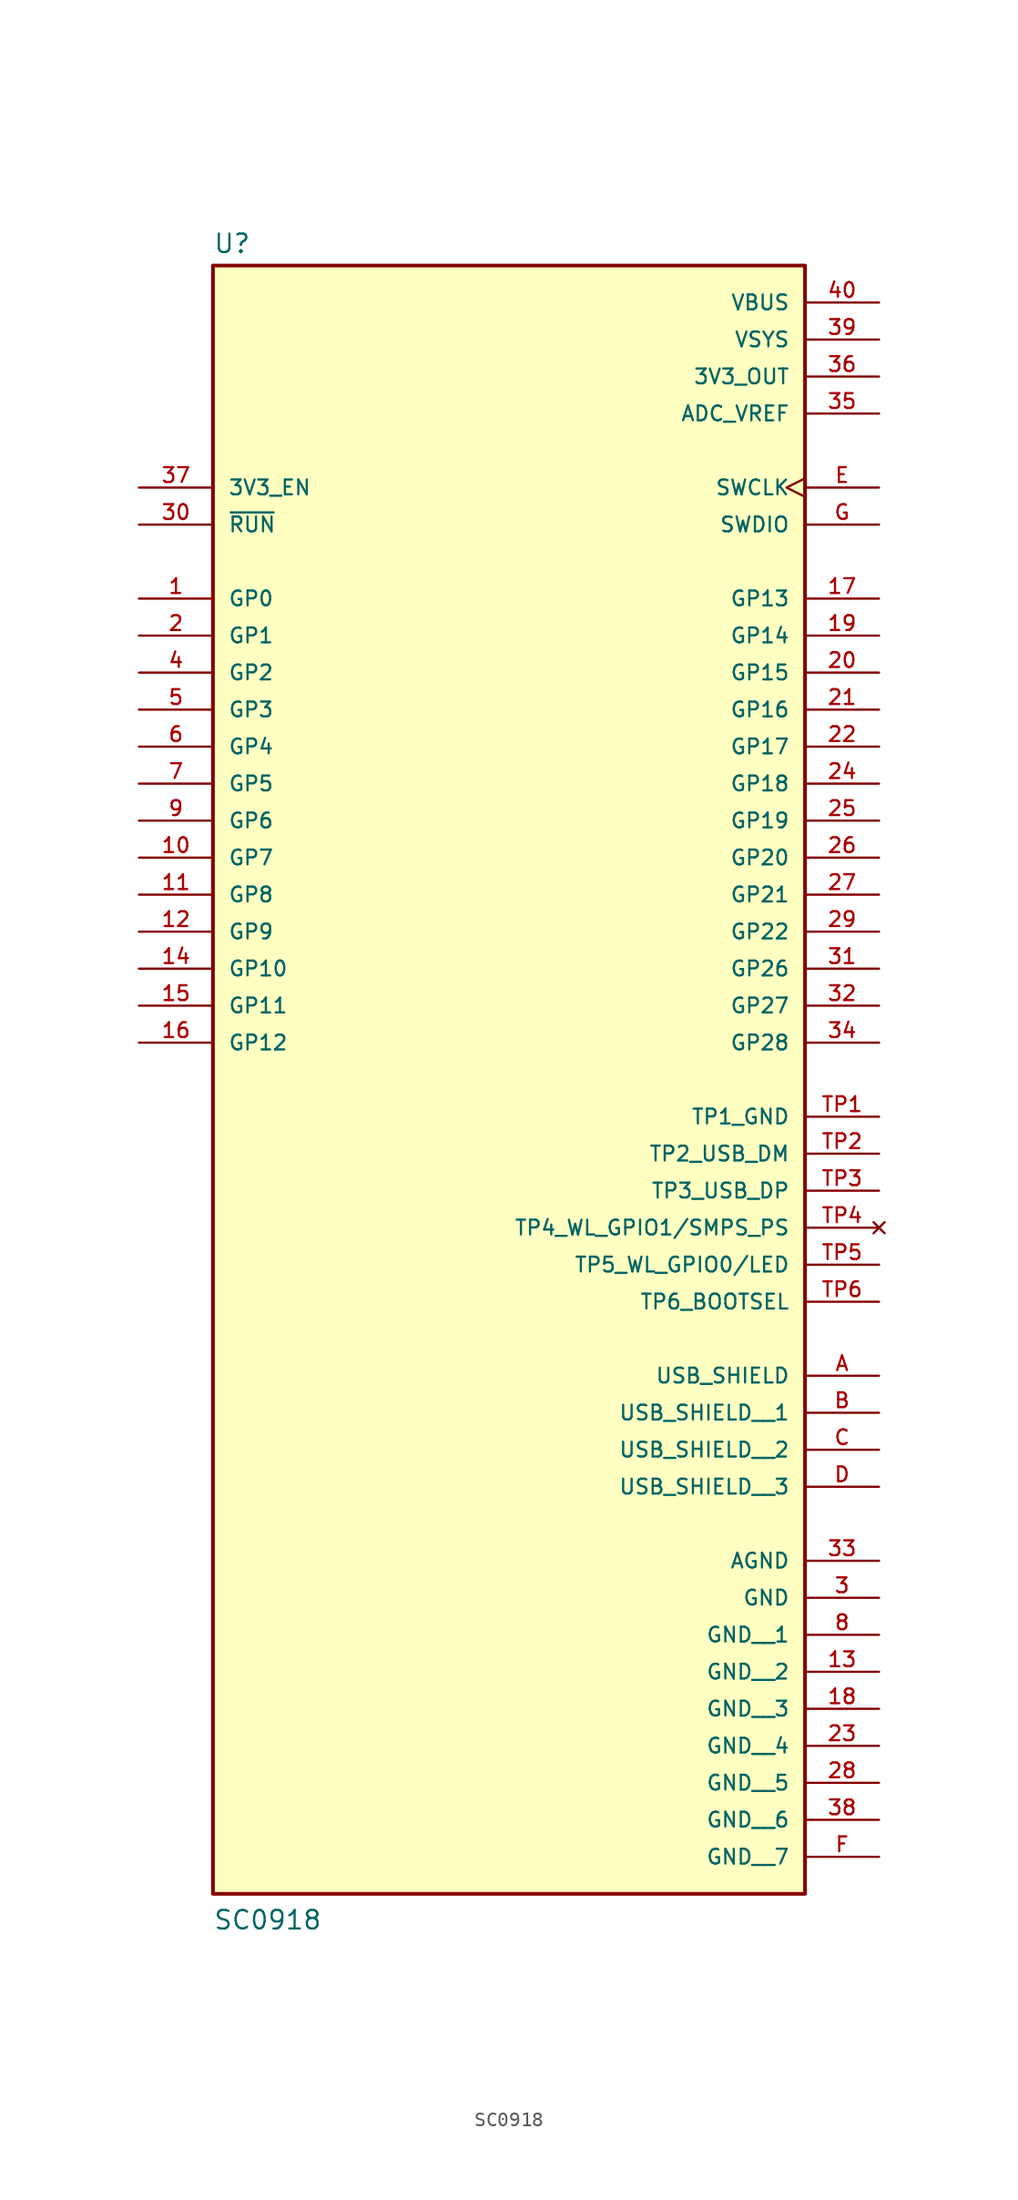
<source format=kicad_sym>
(kicad_symbol_lib
  (version 20231120)
  (generator "kicad_symbol_editor")
  (generator_version "8.0")
  (symbol "SC0918"
    (pin_names
      (offset 1.016))
    (property "Reference" "U"
      (at -20.32 43.942 0)
      (effects (font (size 1.27 1.27)) (justify left bottom)))
    (property "Value" "SC0918"
      (at -20.32 -71.12 0)
      (effects (font (size 1.27 1.27)) (justify left bottom)))
    (symbol "SC0918_0_0"
      (rectangle (start -20.32 -68.58) (end 20.32 43.18) (stroke (width 0.254) (type default)) (fill (type background)))
      (pin bidirectional line (at -25.4 20.32 0) (length 5.08) (name "GP0" (effects (font (size 1.016 1.016)))) (number "1" (effects (font (size 1.016 1.016)))))
      (pin bidirectional line (at -25.4 2.54 0) (length 5.08) (name "GP7" (effects (font (size 1.016 1.016)))) (number "10" (effects (font (size 1.016 1.016)))))
      (pin bidirectional line (at -25.4 0 0) (length 5.08) (name "GP8" (effects (font (size 1.016 1.016)))) (number "11" (effects (font (size 1.016 1.016)))))
      (pin bidirectional line (at -25.4 -2.54 0) (length 5.08) (name "GP9" (effects (font (size 1.016 1.016)))) (number "12" (effects (font (size 1.016 1.016)))))
      (pin power_in line (at 25.4 -53.34 180) (length 5.08) (name "GND__2" (effects (font (size 1.016 1.016)))) (number "13" (effects (font (size 1.016 1.016)))))
      (pin bidirectional line (at -25.4 -5.08 0) (length 5.08) (name "GP10" (effects (font (size 1.016 1.016)))) (number "14" (effects (font (size 1.016 1.016)))))
      (pin bidirectional line (at -25.4 -7.62 0) (length 5.08) (name "GP11" (effects (font (size 1.016 1.016)))) (number "15" (effects (font (size 1.016 1.016)))))
      (pin bidirectional line (at -25.4 -10.16 0) (length 5.08) (name "GP12" (effects (font (size 1.016 1.016)))) (number "16" (effects (font (size 1.016 1.016)))))
      (pin bidirectional line (at 25.4 20.32 180) (length 5.08) (name "GP13" (effects (font (size 1.016 1.016)))) (number "17" (effects (font (size 1.016 1.016)))))
      (pin power_in line (at 25.4 -55.88 180) (length 5.08) (name "GND__3" (effects (font (size 1.016 1.016)))) (number "18" (effects (font (size 1.016 1.016)))))
      (pin bidirectional line (at 25.4 17.78 180) (length 5.08) (name "GP14" (effects (font (size 1.016 1.016)))) (number "19" (effects (font (size 1.016 1.016)))))
      (pin bidirectional line (at -25.4 17.78 0) (length 5.08) (name "GP1" (effects (font (size 1.016 1.016)))) (number "2" (effects (font (size 1.016 1.016)))))
      (pin bidirectional line (at 25.4 15.24 180) (length 5.08) (name "GP15" (effects (font (size 1.016 1.016)))) (number "20" (effects (font (size 1.016 1.016)))))
      (pin bidirectional line (at 25.4 12.7 180) (length 5.08) (name "GP16" (effects (font (size 1.016 1.016)))) (number "21" (effects (font (size 1.016 1.016)))))
      (pin bidirectional line (at 25.4 10.16 180) (length 5.08) (name "GP17" (effects (font (size 1.016 1.016)))) (number "22" (effects (font (size 1.016 1.016)))))
      (pin power_in line (at 25.4 -58.42 180) (length 5.08) (name "GND__4" (effects (font (size 1.016 1.016)))) (number "23" (effects (font (size 1.016 1.016)))))
      (pin bidirectional line (at 25.4 7.62 180) (length 5.08) (name "GP18" (effects (font (size 1.016 1.016)))) (number "24" (effects (font (size 1.016 1.016)))))
      (pin bidirectional line (at 25.4 5.08 180) (length 5.08) (name "GP19" (effects (font (size 1.016 1.016)))) (number "25" (effects (font (size 1.016 1.016)))))
      (pin bidirectional line (at 25.4 2.54 180) (length 5.08) (name "GP20" (effects (font (size 1.016 1.016)))) (number "26" (effects (font (size 1.016 1.016)))))
      (pin bidirectional line (at 25.4 0 180) (length 5.08) (name "GP21" (effects (font (size 1.016 1.016)))) (number "27" (effects (font (size 1.016 1.016)))))
      (pin power_in line (at 25.4 -60.96 180) (length 5.08) (name "GND__5" (effects (font (size 1.016 1.016)))) (number "28" (effects (font (size 1.016 1.016)))))
      (pin bidirectional line (at 25.4 -2.54 180) (length 5.08) (name "GP22" (effects (font (size 1.016 1.016)))) (number "29" (effects (font (size 1.016 1.016)))))
      (pin power_in line (at 25.4 -48.26 180) (length 5.08) (name "GND" (effects (font (size 1.016 1.016)))) (number "3" (effects (font (size 1.016 1.016)))))
      (pin input line (at -25.4 25.4 0) (length 5.08) (name "~{RUN}" (effects (font (size 1.016 1.016)))) (number "30" (effects (font (size 1.016 1.016)))))
      (pin bidirectional line (at 25.4 -5.08 180) (length 5.08) (name "GP26" (effects (font (size 1.016 1.016)))) (number "31" (effects (font (size 1.016 1.016)))))
      (pin bidirectional line (at 25.4 -7.62 180) (length 5.08) (name "GP27" (effects (font (size 1.016 1.016)))) (number "32" (effects (font (size 1.016 1.016)))))
      (pin power_in line (at 25.4 -45.72 180) (length 5.08) (name "AGND" (effects (font (size 1.016 1.016)))) (number "33" (effects (font (size 1.016 1.016)))))
      (pin bidirectional line (at 25.4 -10.16 180) (length 5.08) (name "GP28" (effects (font (size 1.016 1.016)))) (number "34" (effects (font (size 1.016 1.016)))))
      (pin power_in line (at 25.4 33.02 180) (length 5.08) (name "ADC_VREF" (effects (font (size 1.016 1.016)))) (number "35" (effects (font (size 1.016 1.016)))))
      (pin power_in line (at 25.4 35.56 180) (length 5.08) (name "3V3_OUT" (effects (font (size 1.016 1.016)))) (number "36" (effects (font (size 1.016 1.016)))))
      (pin input line (at -25.4 27.94 0) (length 5.08) (name "3V3_EN" (effects (font (size 1.016 1.016)))) (number "37" (effects (font (size 1.016 1.016)))))
      (pin power_in line (at 25.4 -63.5 180) (length 5.08) (name "GND__6" (effects (font (size 1.016 1.016)))) (number "38" (effects (font (size 1.016 1.016)))))
      (pin power_in line (at 25.4 38.1 180) (length 5.08) (name "VSYS" (effects (font (size 1.016 1.016)))) (number "39" (effects (font (size 1.016 1.016)))))
      (pin bidirectional line (at -25.4 15.24 0) (length 5.08) (name "GP2" (effects (font (size 1.016 1.016)))) (number "4" (effects (font (size 1.016 1.016)))))
      (pin power_in line (at 25.4 40.64 180) (length 5.08) (name "VBUS" (effects (font (size 1.016 1.016)))) (number "40" (effects (font (size 1.016 1.016)))))
      (pin bidirectional line (at -25.4 12.7 0) (length 5.08) (name "GP3" (effects (font (size 1.016 1.016)))) (number "5" (effects (font (size 1.016 1.016)))))
      (pin bidirectional line (at -25.4 10.16 0) (length 5.08) (name "GP4" (effects (font (size 1.016 1.016)))) (number "6" (effects (font (size 1.016 1.016)))))
      (pin bidirectional line (at -25.4 7.62 0) (length 5.08) (name "GP5" (effects (font (size 1.016 1.016)))) (number "7" (effects (font (size 1.016 1.016)))))
      (pin power_in line (at 25.4 -50.8 180) (length 5.08) (name "GND__1" (effects (font (size 1.016 1.016)))) (number "8" (effects (font (size 1.016 1.016)))))
      (pin bidirectional line (at -25.4 5.08 0) (length 5.08) (name "GP6" (effects (font (size 1.016 1.016)))) (number "9" (effects (font (size 1.016 1.016)))))
      (pin power_in line (at 25.4 -33.02 180) (length 5.08) (name "USB_SHIELD" (effects (font (size 1.016 1.016)))) (number "A" (effects (font (size 1.016 1.016)))))
      (pin power_in line (at 25.4 -35.56 180) (length 5.08) (name "USB_SHIELD__1" (effects (font (size 1.016 1.016)))) (number "B" (effects (font (size 1.016 1.016)))))
      (pin power_in line (at 25.4 -38.1 180) (length 5.08) (name "USB_SHIELD__2" (effects (font (size 1.016 1.016)))) (number "C" (effects (font (size 1.016 1.016)))))
      (pin power_in line (at 25.4 -40.64 180) (length 5.08) (name "USB_SHIELD__3" (effects (font (size 1.016 1.016)))) (number "D" (effects (font (size 1.016 1.016)))))
      (pin input clock (at 25.4 27.94 180) (length 5.08) (name "SWCLK" (effects (font (size 1.016 1.016)))) (number "E" (effects (font (size 1.016 1.016)))))
      (pin power_in line (at 25.4 -66.04 180) (length 5.08) (name "GND__7" (effects (font (size 1.016 1.016)))) (number "F" (effects (font (size 1.016 1.016)))))
      (pin bidirectional line (at 25.4 25.4 180) (length 5.08) (name "SWDIO" (effects (font (size 1.016 1.016)))) (number "G" (effects (font (size 1.016 1.016)))))
      (pin power_in line (at 25.4 -15.24 180) (length 5.08) (name "TP1_GND" (effects (font (size 1.016 1.016)))) (number "TP1" (effects (font (size 1.016 1.016)))))
      (pin bidirectional line (at 25.4 -17.78 180) (length 5.08) (name "TP2_USB_DM" (effects (font (size 1.016 1.016)))) (number "TP2" (effects (font (size 1.016 1.016)))))
      (pin bidirectional line (at 25.4 -20.32 180) (length 5.08) (name "TP3_USB_DP" (effects (font (size 1.016 1.016)))) (number "TP3" (effects (font (size 1.016 1.016)))))
      (pin no_connect line (at 25.4 -22.86 180) (length 5.08) (name "TP4_WL_GPIO1/SMPS_PS" (effects (font (size 1.016 1.016)))) (number "TP4" (effects (font (size 1.016 1.016)))))
      (pin output line (at 25.4 -25.4 180) (length 5.08) (name "TP5_WL_GPIO0/LED" (effects (font (size 1.016 1.016)))) (number "TP5" (effects (font (size 1.016 1.016)))))
      (pin input line (at 25.4 -27.94 180) (length 5.08) (name "TP6_BOOTSEL" (effects (font (size 1.016 1.016)))) (number "TP6" (effects (font (size 1.016 1.016))))))))
</source>
